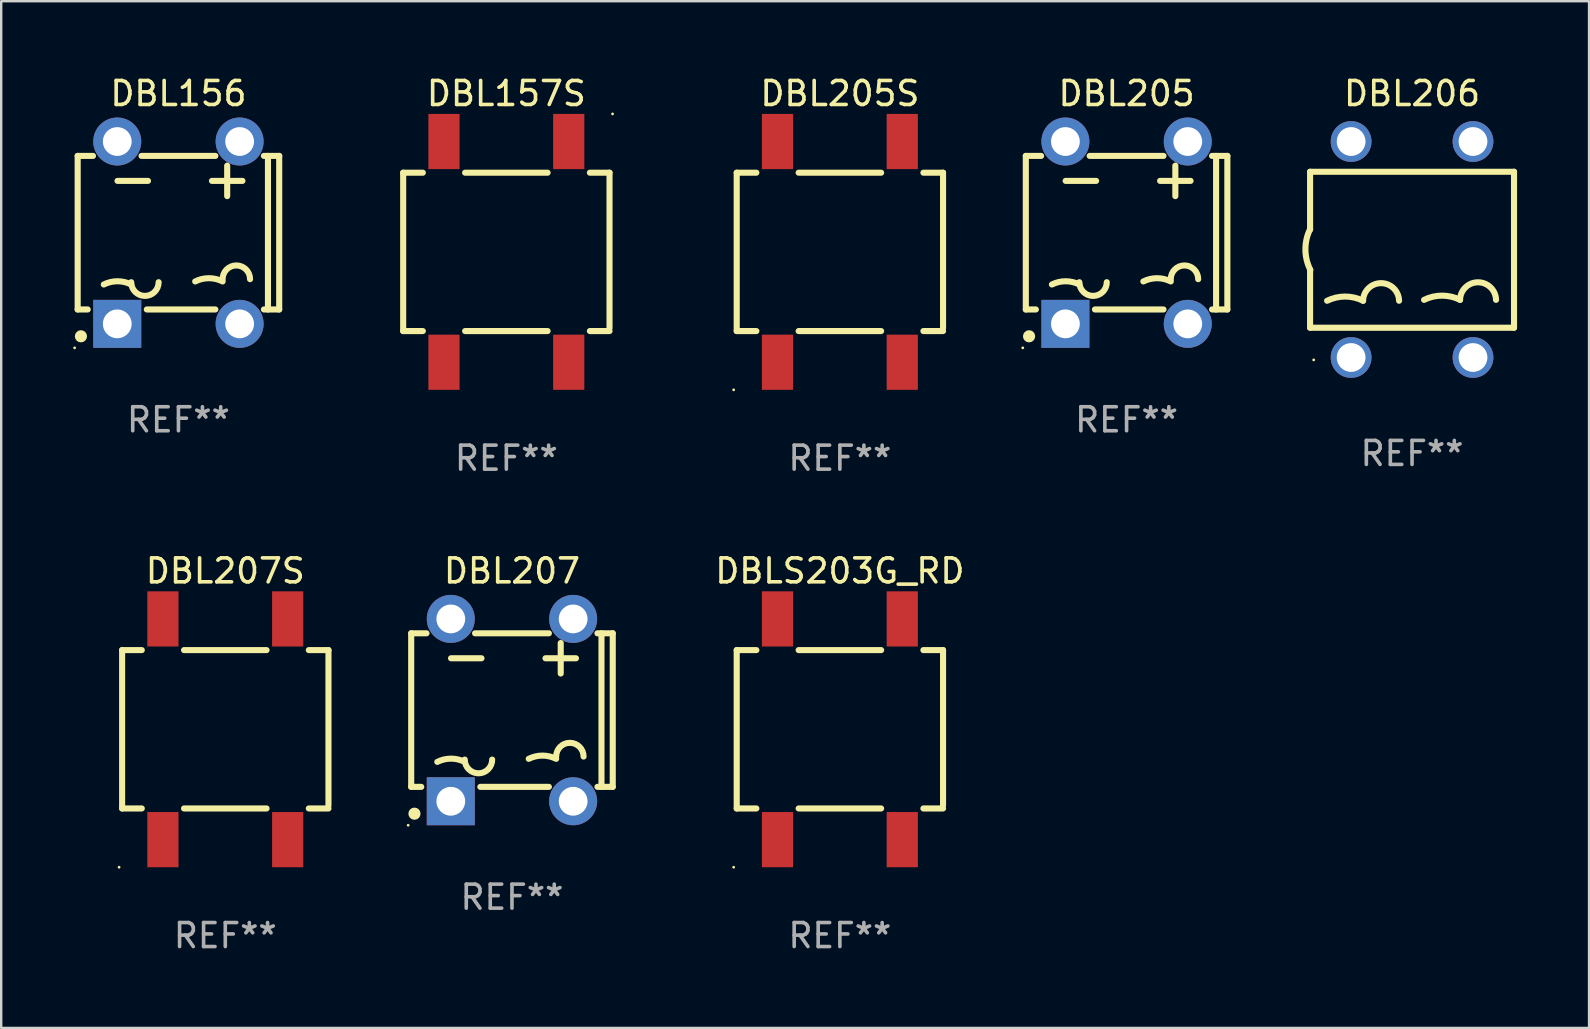
<source format=kicad_pcb>
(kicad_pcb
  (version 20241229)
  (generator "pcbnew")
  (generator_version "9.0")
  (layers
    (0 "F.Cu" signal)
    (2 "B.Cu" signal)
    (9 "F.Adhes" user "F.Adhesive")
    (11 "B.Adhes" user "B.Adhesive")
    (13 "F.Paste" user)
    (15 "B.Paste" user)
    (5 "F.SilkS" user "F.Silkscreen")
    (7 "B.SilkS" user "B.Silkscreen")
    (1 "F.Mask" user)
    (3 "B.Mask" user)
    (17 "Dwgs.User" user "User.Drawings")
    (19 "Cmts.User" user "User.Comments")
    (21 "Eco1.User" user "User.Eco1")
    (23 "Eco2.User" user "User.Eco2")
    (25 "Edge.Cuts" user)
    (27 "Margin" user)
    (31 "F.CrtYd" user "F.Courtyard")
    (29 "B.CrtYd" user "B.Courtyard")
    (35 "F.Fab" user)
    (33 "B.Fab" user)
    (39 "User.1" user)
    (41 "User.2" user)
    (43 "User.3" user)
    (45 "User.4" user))
  (footprint "DBL205S"
    (layer "F.Cu")
    (at 31.955 7.448)
    (property "Reference" "DBL205S" (at 0 -6.6 0) (layer "F.SilkS") (effects (font (size 1 1) (thickness 0.15))))
    (attr through_hole)
    (fp_line (start -4.3 -3.3) (end -4.3 3.3) (stroke (width 0.254) (type solid)) (layer "F.SilkS"))
    (fp_line (start -4.3 -3.3) (end -3.481 -3.3) (stroke (width 0.254) (type solid)) (layer "F.SilkS"))
    (fp_line (start -4.3 3.3) (end -3.481 3.3) (stroke (width 0.254) (type solid)) (layer "F.SilkS"))
    (fp_line (start -1.719 -3.3) (end 1.719 -3.3) (stroke (width 0.254) (type solid)) (layer "F.SilkS"))
    (fp_line (start -1.719 3.3) (end 1.719 3.3) (stroke (width 0.254) (type solid)) (layer "F.SilkS"))
    (fp_line (start 3.481 -3.3) (end 4.3 -3.3) (stroke (width 0.254) (type solid)) (layer "F.SilkS"))
    (fp_line (start 3.481 3.3) (end 4.3 3.3) (stroke (width 0.254) (type solid)) (layer "F.SilkS"))
    (fp_line (start 4.3 -3.3) (end 4.3 3.175) (stroke (width 0.254) (type solid)) (layer "F.SilkS"))
    (fp_circle (center -4.427 5.75) (end -4.397 5.75) (stroke (width 0.06) (type solid)) (fill no) (layer "F.SilkS"))
    (fp_text user "-" (at -3.556 -1.092 0) (layer "B.Mask") (effects (font (size 1 1) (thickness 0.15))))
    (fp_text user "&#126;" (at -3.429 2.741 0) (layer "B.Mask") (effects (font (size 1 1) (thickness 0.15))))
    (fp_text user "&#126;" (at 1.651 2.741 0) (layer "B.Mask") (effects (font (size 1 1) (thickness 0.15))))
    (fp_text user "+" (at 2.032 -1.016 0) (layer "B.Mask") (effects (font (size 1 1) (thickness 0.15))))
    (fp_text user "REF**" (at 0 8.6 0) (layer "F.Fab") (effects (font (size 1 1) (thickness 0.15))))
    (pad "1" smd rect (at -2.6 4.6) (size 1.3 2.3) (layers "F.Cu" "F.Mask" "F.Paste"))
    (pad "2" smd rect (at 2.6 4.6) (size 1.3 2.3) (layers "F.Cu" "F.Mask" "F.Paste"))
    (pad "3" smd rect (at 2.6 -4.6) (size 1.3 2.3) (layers "F.Cu" "F.Mask" "F.Paste"))
    (pad "4" smd rect (at -2.6 -4.6) (size 1.3 2.3) (layers "F.Cu" "F.Mask" "F.Paste")))
  (footprint "DBL207S"
    (layer "F.Cu")
    (at 6.34 27.345)
    (property "Reference" "DBL207S" (at 0 -6.6 0) (layer "F.SilkS") (effects (font (size 1 1) (thickness 0.15))))
    (attr through_hole)
    (fp_line (start -4.3 -3.3) (end -4.3 3.3) (stroke (width 0.254) (type solid)) (layer "F.SilkS"))
    (fp_line (start -4.3 -3.3) (end -3.481 -3.3) (stroke (width 0.254) (type solid)) (layer "F.SilkS"))
    (fp_line (start -4.3 3.3) (end -3.481 3.3) (stroke (width 0.254) (type solid)) (layer "F.SilkS"))
    (fp_line (start -1.719 -3.3) (end 1.719 -3.3) (stroke (width 0.254) (type solid)) (layer "F.SilkS"))
    (fp_line (start -1.719 3.3) (end 1.719 3.3) (stroke (width 0.254) (type solid)) (layer "F.SilkS"))
    (fp_line (start 3.481 -3.3) (end 4.3 -3.3) (stroke (width 0.254) (type solid)) (layer "F.SilkS"))
    (fp_line (start 3.481 3.3) (end 4.3 3.3) (stroke (width 0.254) (type solid)) (layer "F.SilkS"))
    (fp_line (start 4.3 -3.3) (end 4.3 3.175) (stroke (width 0.254) (type solid)) (layer "F.SilkS"))
    (fp_circle (center -4.427 5.75) (end -4.397 5.75) (stroke (width 0.06) (type solid)) (fill no) (layer "F.SilkS"))
    (fp_text user "&#126;" (at -3.429 2.741 0) (layer "B.Mask") (effects (font (size 1 1) (thickness 0.15))))
    (fp_text user "-" (at -3.556 -1.092 0) (layer "B.Mask") (effects (font (size 1 1) (thickness 0.15))))
    (fp_text user "+" (at 2.032 -1.016 0) (layer "B.Mask") (effects (font (size 1 1) (thickness 0.15))))
    (fp_text user "&#126;" (at 1.651 2.741 0) (layer "B.Mask") (effects (font (size 1 1) (thickness 0.15))))
    (fp_text user "REF**" (at 0 8.6 0) (layer "F.Fab") (effects (font (size 1 1) (thickness 0.15))))
    (pad "1" smd rect (at -2.6 4.6) (size 1.3 2.3) (layers "F.Cu" "F.Mask" "F.Paste"))
    (pad "2" smd rect (at 2.6 4.6) (size 1.3 2.3) (layers "F.Cu" "F.Mask" "F.Paste"))
    (pad "3" smd rect (at 2.6 -4.6) (size 1.3 2.3) (layers "F.Cu" "F.Mask" "F.Paste"))
    (pad "4" smd rect (at -2.6 -4.6) (size 1.3 2.3) (layers "F.Cu" "F.Mask" "F.Paste")))
  (footprint "DBL207"
    (layer "F.Cu")
    (at 18.288 26.545)
    (property "Reference" "DBL207" (at 0 -5.8 0) (layer "F.SilkS") (effects (font (size 1 1) (thickness 0.15))))
    (attr through_hole)
    (fp_line (start -4.2 -3.2) (end -4.2 3.2) (stroke (width 0.254) (type solid)) (layer "F.SilkS"))
    (fp_line (start -4.2 -3.2) (end -3.562 -3.2) (stroke (width 0.254) (type solid)) (layer "F.SilkS"))
    (fp_line (start -4.2 3.2) (end -3.781 3.2) (stroke (width 0.254) (type solid)) (layer "F.SilkS"))
    (fp_line (start -2.54 -2.159) (end -1.27 -2.159) (stroke (width 0.254) (type solid)) (layer "F.SilkS"))
    (fp_line (start -1.538 -3.2) (end 1.538 -3.2) (stroke (width 0.254) (type solid)) (layer "F.SilkS"))
    (fp_line (start -1.319 3.2) (end 1.538 3.2) (stroke (width 0.254) (type solid)) (layer "F.SilkS"))
    (fp_line (start 1.397 -2.159) (end 2.667 -2.159) (stroke (width 0.254) (type solid)) (layer "F.SilkS"))
    (fp_line (start 2.032 -1.524) (end 2.032 -2.794) (stroke (width 0.254) (type solid)) (layer "F.SilkS"))
    (fp_line (start 3.562 3.2) (end 4.2 3.2) (stroke (width 0.254) (type solid)) (layer "F.SilkS"))
    (fp_line (start 3.562 -3.2) (end 4.2 -3.2) (stroke (width 0.254) (type solid)) (layer "F.SilkS"))
    (fp_line (start 3.731 -3.2) (end 3.731 3.2) (stroke (width 0.254) (type solid)) (layer "F.SilkS"))
    (fp_line (start 4.2 -3.2) (end 4.2 3.2) (stroke (width 0.254) (type solid)) (layer "F.SilkS"))
    (fp_arc (start -3.111506 2.158877) (mid -2.540005 2.023964) (end -1.968503 2.158877) (stroke (width 0.254001) (type solid)) (layer "F.SilkS"))
    (fp_arc (start -0.825502 2.063627) (mid -1.397003 2.635128) (end -1.968504 2.063627) (stroke (width 0.254001) (type solid)) (layer "F.SilkS"))
    (fp_arc (start 0.698501 2.031877) (mid 1.270002 1.896963) (end 1.841503 2.031876) (stroke (width 0.254001) (type solid)) (layer "F.SilkS"))
    (fp_arc (start 1.841504 1.936627) (mid 2.413005 1.365126) (end 2.984506 1.936627) (stroke (width 0.254001) (type solid)) (layer "F.SilkS"))
    (fp_circle (center -4.327 4.8) (end -4.297 4.8) (stroke (width 0.06) (type solid)) (fill no) (layer "F.SilkS"))
    (fp_circle (center -4.064 4.318) (end -3.937 4.318) (stroke (width 0.254) (type solid)) (fill no) (layer "F.SilkS"))
    (fp_text user "REF**" (at 0 7.8 0) (layer "F.Fab") (effects (font (size 1 1) (thickness 0.15))))
    (pad "1" thru_hole rect (at -2.55 3.8 90) (size 2 2) (drill 1.2) (layers "*.Cu" "*.Mask"))
    (pad "2" thru_hole circle (at 2.55 3.8) (size 2 2) (drill 1.2) (layers "*.Cu" "*.Mask"))
    (pad "3" thru_hole circle (at 2.55 -3.8) (size 2 2) (drill 1.2) (layers "*.Cu" "*.Mask"))
    (pad "4" thru_hole circle (at -2.55 -3.8) (size 2 2) (drill 1.2) (layers "*.Cu" "*.Mask")))
  (footprint "DBL205"
    (layer "F.Cu")
    (at 43.904 6.648)
    (property "Reference" "DBL205" (at 0 -5.8 0) (layer "F.SilkS") (effects (font (size 1 1) (thickness 0.15))))
    (attr through_hole)
    (fp_line (start -4.2 -3.2) (end -4.2 3.2) (stroke (width 0.254) (type solid)) (layer "F.SilkS"))
    (fp_line (start -4.2 -3.2) (end -3.562 -3.2) (stroke (width 0.254) (type solid)) (layer "F.SilkS"))
    (fp_line (start -4.2 3.2) (end -3.781 3.2) (stroke (width 0.254) (type solid)) (layer "F.SilkS"))
    (fp_line (start -2.54 -2.159) (end -1.27 -2.159) (stroke (width 0.254) (type solid)) (layer "F.SilkS"))
    (fp_line (start -1.538 -3.2) (end 1.538 -3.2) (stroke (width 0.254) (type solid)) (layer "F.SilkS"))
    (fp_line (start -1.319 3.2) (end 1.538 3.2) (stroke (width 0.254) (type solid)) (layer "F.SilkS"))
    (fp_line (start 1.397 -2.159) (end 2.667 -2.159) (stroke (width 0.254) (type solid)) (layer "F.SilkS"))
    (fp_line (start 2.032 -1.524) (end 2.032 -2.794) (stroke (width 0.254) (type solid)) (layer "F.SilkS"))
    (fp_line (start 3.562 3.2) (end 4.2 3.2) (stroke (width 0.254) (type solid)) (layer "F.SilkS"))
    (fp_line (start 3.562 -3.2) (end 4.2 -3.2) (stroke (width 0.254) (type solid)) (layer "F.SilkS"))
    (fp_line (start 3.731 -3.2) (end 3.731 3.2) (stroke (width 0.254) (type solid)) (layer "F.SilkS"))
    (fp_line (start 4.2 -3.2) (end 4.2 3.2) (stroke (width 0.254) (type solid)) (layer "F.SilkS"))
    (fp_arc (start -3.111506 2.158877) (mid -2.540005 2.023964) (end -1.968503 2.158877) (stroke (width 0.254001) (type solid)) (layer "F.SilkS"))
    (fp_arc (start -0.825502 2.063627) (mid -1.397003 2.635128) (end -1.968504 2.063627) (stroke (width 0.254001) (type solid)) (layer "F.SilkS"))
    (fp_arc (start 0.698501 2.031877) (mid 1.270002 1.896963) (end 1.841503 2.031876) (stroke (width 0.254001) (type solid)) (layer "F.SilkS"))
    (fp_arc (start 1.841504 1.936627) (mid 2.413005 1.365126) (end 2.984506 1.936627) (stroke (width 0.254001) (type solid)) (layer "F.SilkS"))
    (fp_circle (center -4.327 4.8) (end -4.297 4.8) (stroke (width 0.06) (type solid)) (fill no) (layer "F.SilkS"))
    (fp_circle (center -4.064 4.318) (end -3.937 4.318) (stroke (width 0.254) (type solid)) (fill no) (layer "F.SilkS"))
    (fp_text user "REF**" (at 0 7.8 0) (layer "F.Fab") (effects (font (size 1 1) (thickness 0.15))))
    (pad "1" thru_hole rect (at -2.55 3.8 90) (size 2 2) (drill 1.2) (layers "*.Cu" "*.Mask"))
    (pad "2" thru_hole circle (at 2.55 3.8) (size 2 2) (drill 1.2) (layers "*.Cu" "*.Mask"))
    (pad "3" thru_hole circle (at 2.55 -3.8) (size 2 2) (drill 1.2) (layers "*.Cu" "*.Mask"))
    (pad "4" thru_hole circle (at -2.55 -3.8) (size 2 2) (drill 1.2) (layers "*.Cu" "*.Mask")))
  (footprint "DBL157S"
    (layer "F.Cu")
    (at 18.054 7.448)
    (property "Reference" "DBL157S" (at 0 -6.6 0) (layer "F.SilkS") (effects (font (size 1 1) (thickness 0.15))))
    (attr through_hole)
    (fp_line (start -4.3 -3.3) (end -4.3 3.3) (stroke (width 0.254) (type solid)) (layer "F.SilkS"))
    (fp_line (start -4.3 -3.3) (end -3.481 -3.3) (stroke (width 0.254) (type solid)) (layer "F.SilkS"))
    (fp_line (start -4.3 3.3) (end -3.481 3.3) (stroke (width 0.254) (type solid)) (layer "F.SilkS"))
    (fp_line (start -1.719 -3.3) (end 1.719 -3.3) (stroke (width 0.254) (type solid)) (layer "F.SilkS"))
    (fp_line (start -1.719 3.3) (end 1.719 3.3) (stroke (width 0.254) (type solid)) (layer "F.SilkS"))
    (fp_line (start 3.481 -3.3) (end 4.3 -3.3) (stroke (width 0.254) (type solid)) (layer "F.SilkS"))
    (fp_line (start 3.481 3.3) (end 4.3 3.3) (stroke (width 0.254) (type solid)) (layer "F.SilkS"))
    (fp_line (start 4.3 -3.3) (end 4.3 3.175) (stroke (width 0.254) (type solid)) (layer "F.SilkS"))
    (fp_circle (center 4.427 -5.75) (end 4.457 -5.75) (stroke (width 0.06) (type solid)) (fill no) (layer "F.SilkS"))
    (fp_text user "-" (at -3.556 -1.092 0) (layer "B.Mask") (effects (font (size 1 1) (thickness 0.15))))
    (fp_text user "&#126;" (at 1.651 2.741 0) (layer "B.Mask") (effects (font (size 1 1) (thickness 0.15))))
    (fp_text user "+" (at 2.032 -1.016 0) (layer "B.Mask") (effects (font (size 1 1) (thickness 0.15))))
    (fp_text user "&#126;" (at -3.429 2.741 0) (layer "B.Mask") (effects (font (size 1 1) (thickness 0.15))))
    (fp_text user "REF**" (at 0 8.6 0) (layer "F.Fab") (effects (font (size 1 1) (thickness 0.15))))
    (pad "1" smd rect (at 2.6 -4.6) (size 1.3 2.3) (layers "F.Cu" "F.Mask" "F.Paste"))
    (pad "2" smd rect (at -2.6 -4.6) (size 1.3 2.3) (layers "F.Cu" "F.Mask" "F.Paste"))
    (pad "3" smd rect (at -2.6 4.6) (size 1.3 2.3) (layers "F.Cu" "F.Mask" "F.Paste"))
    (pad "4" smd rect (at 2.6 4.6) (size 1.3 2.3) (layers "F.Cu" "F.Mask" "F.Paste")))
  (footprint "DBL206"
    (layer "F.Cu")
    (at 55.802 7.349)
    (property "Reference" "DBL206" (at 0 -6.501 0) (layer "F.SilkS") (effects (font (size 1 1) (thickness 0.15))))
    (attr through_hole)
    (fp_line (start -4.25 -3.24) (end 4.25 -3.24) (stroke (width 0.254) (type solid)) (layer "F.SilkS"))
    (fp_line (start -4.25 -3.24) (end -4.25 -0.83) (stroke (width 0.254) (type solid)) (layer "F.SilkS"))
    (fp_line (start -4.25 0.85) (end -4.25 3.26) (stroke (width 0.254) (type solid)) (layer "F.SilkS"))
    (fp_line (start -4.25 3.26) (end 4.25 3.26) (stroke (width 0.254) (type solid)) (layer "F.SilkS"))
    (fp_line (start 4.25 -3.24) (end 4.25 3.26) (stroke (width 0.254) (type solid)) (layer "F.SilkS"))
    (fp_arc (start -4.240031 0.849885) (mid -4.444048 0.001159) (end -4.249936 -0.849886) (stroke (width 0.254001) (type solid)) (layer "F.SilkS"))
    (fp_arc (start -3.540767 2.136144) (mid -2.790196 1.960948) (end -2.039624 2.136144) (stroke (width 0.254001) (type solid)) (layer "F.SilkS"))
    (fp_arc (start -2.042165 2.136144) (mid -1.291593 1.40438) (end -0.541021 2.136144) (stroke (width 0.254001) (type solid)) (layer "F.SilkS"))
    (fp_arc (start 0.500381 2.098044) (mid 1.250953 1.922848) (end 2.001524 2.098044) (stroke (width 0.254001) (type solid)) (layer "F.SilkS"))
    (fp_arc (start 1.998983 2.098044) (mid 2.749555 1.36628) (end 3.500127 2.098044) (stroke (width 0.254001) (type solid)) (layer "F.SilkS"))
    (fp_circle (center -4.1 4.601) (end -4.07 4.601) (stroke (width 0.06) (type solid)) (fill no) (layer "F.SilkS"))
    (fp_text user "-" (at -3.409 -1.801 0) (layer "B.Mask") (effects (font (size 1 1) (thickness 0.15))))
    (fp_text user "+" (at 1.598 -1.798 0) (layer "B.Mask") (effects (font (size 1 1) (thickness 0.15))))
    (fp_text user "REF**" (at 0 8.501 0) (layer "F.Fab") (effects (font (size 1 1) (thickness 0.15))))
    (pad "1" thru_hole circle (at -2.54 4.501) (size 1.7 1.7) (drill 1.2) (layers "*.Cu" "*.Mask"))
    (pad "2" thru_hole circle (at 2.54 4.501) (size 1.7 1.7) (drill 1.2) (layers "*.Cu" "*.Mask"))
    (pad "3" thru_hole circle (at 2.54 -4.501) (size 1.7 1.7) (drill 1.2) (layers "*.Cu" "*.Mask"))
    (pad "4" thru_hole circle (at -2.54 -4.501) (size 1.7 1.7) (drill 1.2) (layers "*.Cu" "*.Mask")))
  (footprint "DBL156"
    (layer "F.Cu")
    (at 4.387 6.648)
    (property "Reference" "DBL156" (at 0 -5.8 0) (layer "F.SilkS") (effects (font (size 1 1) (thickness 0.15))))
    (attr through_hole)
    (fp_line (start -4.2 -3.2) (end -4.2 3.2) (stroke (width 0.254) (type solid)) (layer "F.SilkS"))
    (fp_line (start -4.2 -3.2) (end -3.562 -3.2) (stroke (width 0.254) (type solid)) (layer "F.SilkS"))
    (fp_line (start -4.2 3.2) (end -3.781 3.2) (stroke (width 0.254) (type solid)) (layer "F.SilkS"))
    (fp_line (start -2.54 -2.159) (end -1.27 -2.159) (stroke (width 0.254) (type solid)) (layer "F.SilkS"))
    (fp_line (start -1.538 -3.2) (end 1.538 -3.2) (stroke (width 0.254) (type solid)) (layer "F.SilkS"))
    (fp_line (start -1.319 3.2) (end 1.538 3.2) (stroke (width 0.254) (type solid)) (layer "F.SilkS"))
    (fp_line (start 1.397 -2.159) (end 2.667 -2.159) (stroke (width 0.254) (type solid)) (layer "F.SilkS"))
    (fp_line (start 2.032 -1.524) (end 2.032 -2.794) (stroke (width 0.254) (type solid)) (layer "F.SilkS"))
    (fp_line (start 3.562 3.2) (end 4.2 3.2) (stroke (width 0.254) (type solid)) (layer "F.SilkS"))
    (fp_line (start 3.562 -3.2) (end 4.2 -3.2) (stroke (width 0.254) (type solid)) (layer "F.SilkS"))
    (fp_line (start 3.731 -3.2) (end 3.731 3.2) (stroke (width 0.254) (type solid)) (layer "F.SilkS"))
    (fp_line (start 4.2 -3.2) (end 4.2 3.2) (stroke (width 0.254) (type solid)) (layer "F.SilkS"))
    (fp_arc (start -3.111506 2.158877) (mid -2.540005 2.023964) (end -1.968503 2.158877) (stroke (width 0.254001) (type solid)) (layer "F.SilkS"))
    (fp_arc (start -0.825502 2.063627) (mid -1.397003 2.635128) (end -1.968504 2.063627) (stroke (width 0.254001) (type solid)) (layer "F.SilkS"))
    (fp_arc (start 0.698501 2.031877) (mid 1.270002 1.896963) (end 1.841503 2.031876) (stroke (width 0.254001) (type solid)) (layer "F.SilkS"))
    (fp_arc (start 1.841504 1.936627) (mid 2.413005 1.365126) (end 2.984506 1.936627) (stroke (width 0.254001) (type solid)) (layer "F.SilkS"))
    (fp_circle (center -4.327 4.8) (end -4.297 4.8) (stroke (width 0.06) (type solid)) (fill no) (layer "F.SilkS"))
    (fp_circle (center -4.064 4.318) (end -3.937 4.318) (stroke (width 0.254) (type solid)) (fill no) (layer "F.SilkS"))
    (fp_text user "REF**" (at 0 7.8 0) (layer "F.Fab") (effects (font (size 1 1) (thickness 0.15))))
    (pad "1" thru_hole rect (at -2.55 3.8 90) (size 2 2) (drill 1.2) (layers "*.Cu" "*.Mask"))
    (pad "2" thru_hole circle (at 2.55 3.8) (size 2 2) (drill 1.2) (layers "*.Cu" "*.Mask"))
    (pad "3" thru_hole circle (at 2.55 -3.8) (size 2 2) (drill 1.2) (layers "*.Cu" "*.Mask"))
    (pad "4" thru_hole circle (at -2.55 -3.8) (size 2 2) (drill 1.2) (layers "*.Cu" "*.Mask")))
  (footprint "DBLS203G_RD"
    (layer "F.Cu")
    (at 31.955 27.345)
    (property "Reference" "DBLS203G_RD" (at 0 -6.6 0) (layer "F.SilkS") (effects (font (size 1 1) (thickness 0.15))))
    (attr through_hole)
    (fp_line (start -4.3 -3.3) (end -4.3 3.3) (stroke (width 0.254) (type solid)) (layer "F.SilkS"))
    (fp_line (start -4.3 -3.3) (end -3.481 -3.3) (stroke (width 0.254) (type solid)) (layer "F.SilkS"))
    (fp_line (start -4.3 3.3) (end -3.481 3.3) (stroke (width 0.254) (type solid)) (layer "F.SilkS"))
    (fp_line (start -1.719 -3.3) (end 1.719 -3.3) (stroke (width 0.254) (type solid)) (layer "F.SilkS"))
    (fp_line (start -1.719 3.3) (end 1.719 3.3) (stroke (width 0.254) (type solid)) (layer "F.SilkS"))
    (fp_line (start 3.481 -3.3) (end 4.3 -3.3) (stroke (width 0.254) (type solid)) (layer "F.SilkS"))
    (fp_line (start 3.481 3.3) (end 4.3 3.3) (stroke (width 0.254) (type solid)) (layer "F.SilkS"))
    (fp_line (start 4.3 -3.3) (end 4.3 3.175) (stroke (width 0.254) (type solid)) (layer "F.SilkS"))
    (fp_circle (center -4.427 5.75) (end -4.397 5.75) (stroke (width 0.06) (type solid)) (fill no) (layer "F.SilkS"))
    (fp_text user "&#126;" (at -3.429 2.741 0) (layer "B.Mask") (effects (font (size 1 1) (thickness 0.15))))
    (fp_text user "+" (at 2.032 -1.016 0) (layer "B.Mask") (effects (font (size 1 1) (thickness 0.15))))
    (fp_text user "-" (at -3.556 -1.092 0) (layer "B.Mask") (effects (font (size 1 1) (thickness 0.15))))
    (fp_text user "&#126;" (at 1.651 2.741 0) (layer "B.Mask") (effects (font (size 1 1) (thickness 0.15))))
    (fp_text user "REF**" (at 0 8.6 0) (layer "F.Fab") (effects (font (size 1 1) (thickness 0.15))))
    (pad "1" smd rect (at -2.6 4.6) (size 1.3 2.3) (layers "F.Cu" "F.Mask" "F.Paste"))
    (pad "2" smd rect (at 2.6 4.6) (size 1.3 2.3) (layers "F.Cu" "F.Mask" "F.Paste"))
    (pad "3" smd rect (at 2.6 -4.6) (size 1.3 2.3) (layers "F.Cu" "F.Mask" "F.Paste"))
    (pad "4" smd rect (at -2.6 -4.6) (size 1.3 2.3) (layers "F.Cu" "F.Mask" "F.Paste")))
  (gr_rect
    (start -3 -3)
    (end 63.179 39.793)
    (stroke (width 0.1) (type default))
    (fill no)
    (layer "Edge.Cuts")))
</source>
